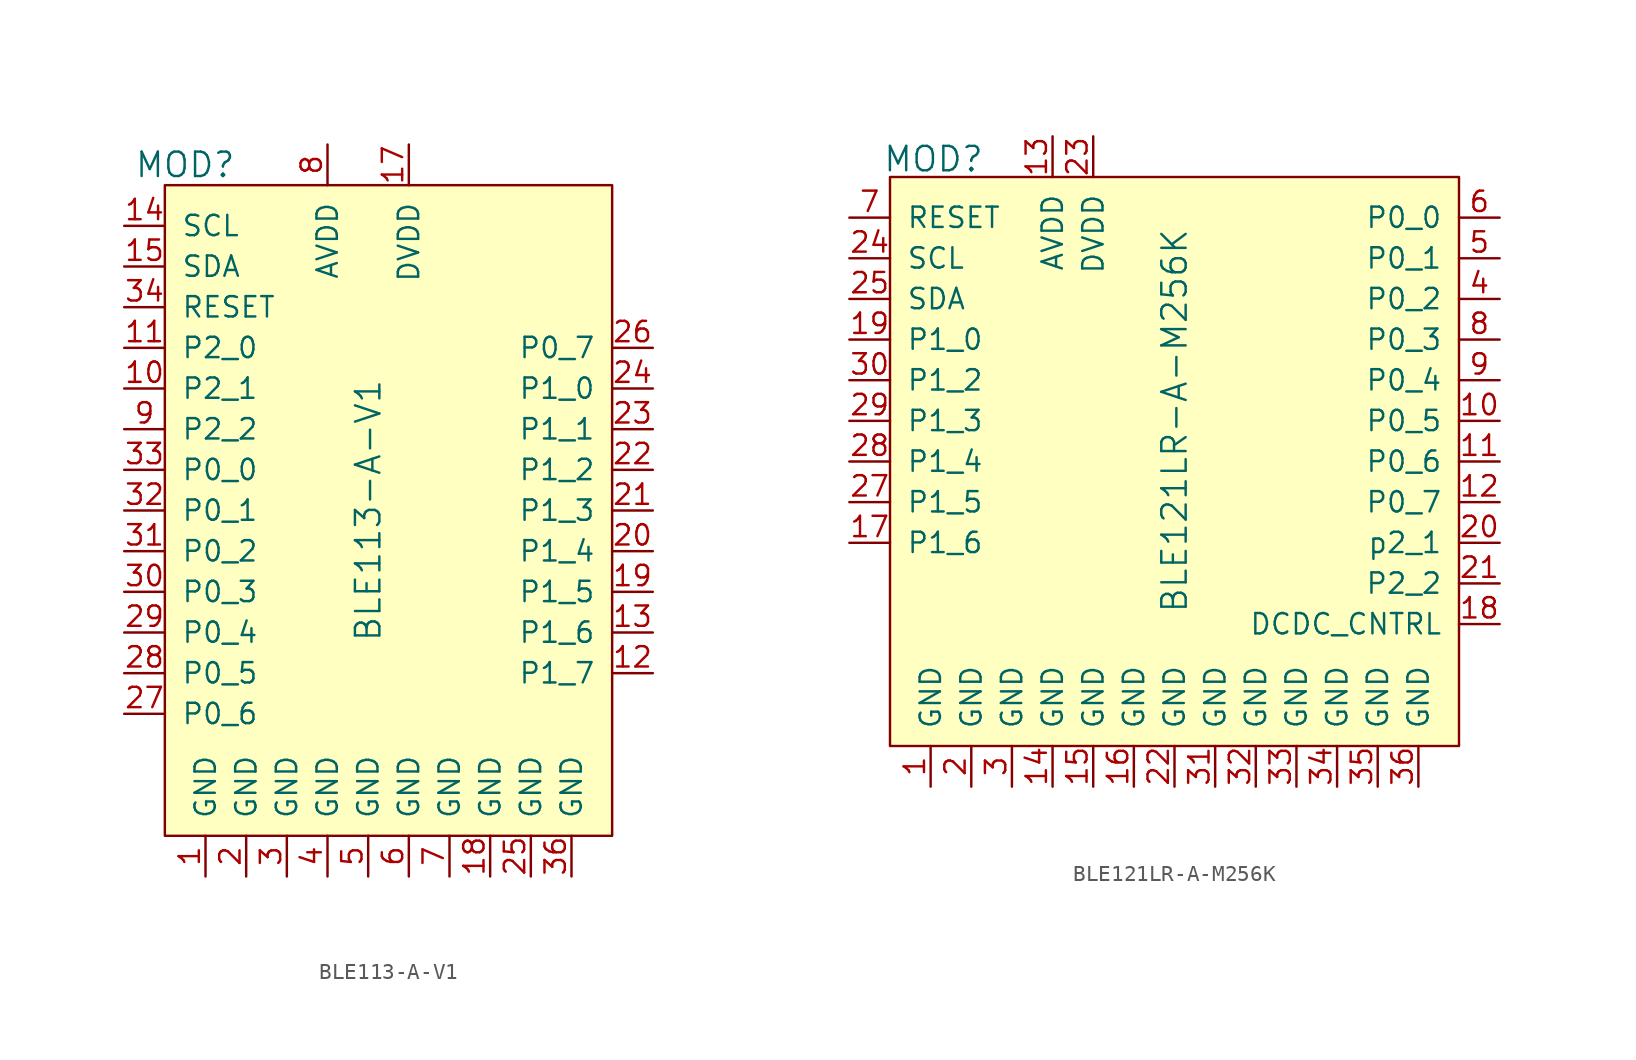
<source format=kicad_sym>
(kicad_symbol_lib
  (version 20211014)
  (generator kicad_symbol_editor)
  (symbol "BLE113-A-V1"
    (pin_names
      (offset 1.016))
    (property "Reference" "MOD"
      (at -11.43 21.59 0)
      (effects (font (size 1.524 1.524))))
    (property "Value" "BLE113-A-V1"
      (at 0 0 90)
      (effects (font (size 1.524 1.524))))
    (symbol "BLE113-A-V1_0_1"
      (rectangle (start -12.7 20.32) (end 15.24 -20.32) (stroke (width 0) (type default) (color 0 0 0 0)) (fill (type background))))
    (symbol "BLE113-A-V1_1_1"
      (pin power_in line (at -10.16 -22.86 90) (length 2.54) (name "GND" (effects (font (size 1.27 1.27)))) (number "1" (effects (font (size 1.27 1.27)))))
      (pin bidirectional line (at -15.24 7.62 0) (length 2.54) (name "P2_1" (effects (font (size 1.27 1.27)))) (number "10" (effects (font (size 1.27 1.27)))))
      (pin bidirectional line (at -15.24 10.16 0) (length 2.54) (name "P2_0" (effects (font (size 1.27 1.27)))) (number "11" (effects (font (size 1.27 1.27)))))
      (pin bidirectional line (at 17.78 -10.16 180) (length 2.54) (name "P1_7" (effects (font (size 1.27 1.27)))) (number "12" (effects (font (size 1.27 1.27)))))
      (pin bidirectional line (at 17.78 -7.62 180) (length 2.54) (name "P1_6" (effects (font (size 1.27 1.27)))) (number "13" (effects (font (size 1.27 1.27)))))
      (pin bidirectional line (at -15.24 17.78 0) (length 2.54) (name "SCL" (effects (font (size 1.27 1.27)))) (number "14" (effects (font (size 1.27 1.27)))))
      (pin bidirectional line (at -15.24 15.24 0) (length 2.54) (name "SDA" (effects (font (size 1.27 1.27)))) (number "15" (effects (font (size 1.27 1.27)))))
      (pin no_connect line (at 15.24 17.78 180) (length 2.54) hide (name "NC" (effects (font (size 1.27 1.27)))) (number "16" (effects (font (size 1.27 1.27)))))
      (pin power_in line (at 2.54 22.86 270) (length 2.54) (name "DVDD" (effects (font (size 1.27 1.27)))) (number "17" (effects (font (size 1.27 1.27)))))
      (pin power_in line (at 7.62 -22.86 90) (length 2.54) (name "GND" (effects (font (size 1.27 1.27)))) (number "18" (effects (font (size 1.27 1.27)))))
      (pin power_in line (at 17.78 -5.08 180) (length 2.54) (name "P1_5" (effects (font (size 1.27 1.27)))) (number "19" (effects (font (size 1.27 1.27)))))
      (pin power_in line (at -7.62 -22.86 90) (length 2.54) (name "GND" (effects (font (size 1.27 1.27)))) (number "2" (effects (font (size 1.27 1.27)))))
      (pin power_in line (at 17.78 -2.54 180) (length 2.54) (name "P1_4" (effects (font (size 1.27 1.27)))) (number "20" (effects (font (size 1.27 1.27)))))
      (pin power_in line (at 17.78 0 180) (length 2.54) (name "P1_3" (effects (font (size 1.27 1.27)))) (number "21" (effects (font (size 1.27 1.27)))))
      (pin power_in line (at 17.78 2.54 180) (length 2.54) (name "P1_2" (effects (font (size 1.27 1.27)))) (number "22" (effects (font (size 1.27 1.27)))))
      (pin power_in line (at 17.78 5.08 180) (length 2.54) (name "P1_1" (effects (font (size 1.27 1.27)))) (number "23" (effects (font (size 1.27 1.27)))))
      (pin power_in line (at 17.78 7.62 180) (length 2.54) (name "P1_0" (effects (font (size 1.27 1.27)))) (number "24" (effects (font (size 1.27 1.27)))))
      (pin power_in line (at 10.16 -22.86 90) (length 2.54) (name "GND" (effects (font (size 1.27 1.27)))) (number "25" (effects (font (size 1.27 1.27)))))
      (pin bidirectional line (at 17.78 10.16 180) (length 2.54) (name "P0_7" (effects (font (size 1.27 1.27)))) (number "26" (effects (font (size 1.27 1.27)))))
      (pin bidirectional line (at -15.24 -12.7 0) (length 2.54) (name "P0_6" (effects (font (size 1.27 1.27)))) (number "27" (effects (font (size 1.27 1.27)))))
      (pin bidirectional line (at -15.24 -10.16 0) (length 2.54) (name "P0_5" (effects (font (size 1.27 1.27)))) (number "28" (effects (font (size 1.27 1.27)))))
      (pin bidirectional line (at -15.24 -7.62 0) (length 2.54) (name "P0_4" (effects (font (size 1.27 1.27)))) (number "29" (effects (font (size 1.27 1.27)))))
      (pin power_in line (at -5.08 -22.86 90) (length 2.54) (name "GND" (effects (font (size 1.27 1.27)))) (number "3" (effects (font (size 1.27 1.27)))))
      (pin bidirectional line (at -15.24 -5.08 0) (length 2.54) (name "P0_3" (effects (font (size 1.27 1.27)))) (number "30" (effects (font (size 1.27 1.27)))))
      (pin bidirectional line (at -15.24 -2.54 0) (length 2.54) (name "P0_2" (effects (font (size 1.27 1.27)))) (number "31" (effects (font (size 1.27 1.27)))))
      (pin bidirectional line (at -15.24 0 0) (length 2.54) (name "P0_1" (effects (font (size 1.27 1.27)))) (number "32" (effects (font (size 1.27 1.27)))))
      (pin bidirectional line (at -15.24 2.54 0) (length 2.54) (name "P0_0" (effects (font (size 1.27 1.27)))) (number "33" (effects (font (size 1.27 1.27)))))
      (pin input line (at -15.24 12.7 0) (length 2.54) (name "RESET" (effects (font (size 1.27 1.27)))) (number "34" (effects (font (size 1.27 1.27)))))
      (pin no_connect line (at 15.24 15.24 180) (length 2.54) hide (name "NC" (effects (font (size 1.27 1.27)))) (number "35" (effects (font (size 1.27 1.27)))))
      (pin power_in line (at 12.7 -22.86 90) (length 2.54) (name "GND" (effects (font (size 1.27 1.27)))) (number "36" (effects (font (size 1.27 1.27)))))
      (pin power_in line (at -2.54 -22.86 90) (length 2.54) (name "GND" (effects (font (size 1.27 1.27)))) (number "4" (effects (font (size 1.27 1.27)))))
      (pin power_in line (at 0 -22.86 90) (length 2.54) (name "GND" (effects (font (size 1.27 1.27)))) (number "5" (effects (font (size 1.27 1.27)))))
      (pin power_in line (at 2.54 -22.86 90) (length 2.54) (name "GND" (effects (font (size 1.27 1.27)))) (number "6" (effects (font (size 1.27 1.27)))))
      (pin power_in line (at 5.08 -22.86 90) (length 2.54) (name "GND" (effects (font (size 1.27 1.27)))) (number "7" (effects (font (size 1.27 1.27)))))
      (pin power_in line (at -2.54 22.86 270) (length 2.54) (name "AVDD" (effects (font (size 1.27 1.27)))) (number "8" (effects (font (size 1.27 1.27)))))
      (pin bidirectional line (at -15.24 5.08 0) (length 2.54) (name "P2_2" (effects (font (size 1.27 1.27)))) (number "9" (effects (font (size 1.27 1.27)))))))
  (symbol "BLE121LR-A-M256K"
    (pin_names
      (offset 1.016))
    (property "Reference" "MOD"
      (at -15.062 16.358 0)
      (effects (font (size 1.524 1.524))))
    (property "Value" "BLE121LR-A-M256K"
      (at 0 0 90)
      (effects (font (size 1.524 1.524))))
    (symbol "BLE121LR-A-M256K_0_1"
      (rectangle (start -17.78 15.24) (end 17.78 -20.32) (stroke (width 0) (type default) (color 0 0 0 0)) (fill (type background))))
    (symbol "BLE121LR-A-M256K_1_1"
      (pin power_in line (at -15.24 -22.86 90) (length 2.54) (name "GND" (effects (font (size 1.27 1.27)))) (number "1" (effects (font (size 1.27 1.27)))))
      (pin bidirectional line (at 20.32 0 180) (length 2.54) (name "P0_5" (effects (font (size 1.27 1.27)))) (number "10" (effects (font (size 1.27 1.27)))))
      (pin bidirectional line (at 20.32 -2.54 180) (length 2.54) (name "P0_6" (effects (font (size 1.27 1.27)))) (number "11" (effects (font (size 1.27 1.27)))))
      (pin bidirectional line (at 20.32 -5.08 180) (length 2.54) (name "P0_7" (effects (font (size 1.27 1.27)))) (number "12" (effects (font (size 1.27 1.27)))))
      (pin power_in line (at -7.62 17.78 270) (length 2.54) (name "AVDD" (effects (font (size 1.27 1.27)))) (number "13" (effects (font (size 1.27 1.27)))))
      (pin power_in line (at -7.62 -22.86 90) (length 2.54) (name "GND" (effects (font (size 1.27 1.27)))) (number "14" (effects (font (size 1.27 1.27)))))
      (pin power_in line (at -5.08 -22.86 90) (length 2.54) (name "GND" (effects (font (size 1.27 1.27)))) (number "15" (effects (font (size 1.27 1.27)))))
      (pin power_in line (at -2.54 -22.86 90) (length 2.54) (name "GND" (effects (font (size 1.27 1.27)))) (number "16" (effects (font (size 1.27 1.27)))))
      (pin bidirectional line (at -20.32 -7.62 0) (length 2.54) (name "P1_6" (effects (font (size 1.27 1.27)))) (number "17" (effects (font (size 1.27 1.27)))))
      (pin bidirectional line (at 20.32 -12.7 180) (length 2.54) (name "DCDC_CNTRL" (effects (font (size 1.27 1.27)))) (number "18" (effects (font (size 1.27 1.27)))))
      (pin bidirectional line (at -20.32 5.08 0) (length 2.54) (name "P1_0" (effects (font (size 1.27 1.27)))) (number "19" (effects (font (size 1.27 1.27)))))
      (pin power_in line (at -12.7 -22.86 90) (length 2.54) (name "GND" (effects (font (size 1.27 1.27)))) (number "2" (effects (font (size 1.27 1.27)))))
      (pin bidirectional line (at 20.32 -7.62 180) (length 2.54) (name "p2_1" (effects (font (size 1.27 1.27)))) (number "20" (effects (font (size 1.27 1.27)))))
      (pin bidirectional line (at 20.32 -10.16 180) (length 2.54) (name "P2_2" (effects (font (size 1.27 1.27)))) (number "21" (effects (font (size 1.27 1.27)))))
      (pin power_in line (at 0 -22.86 90) (length 2.54) (name "GND" (effects (font (size 1.27 1.27)))) (number "22" (effects (font (size 1.27 1.27)))))
      (pin power_in line (at -5.08 17.78 270) (length 2.54) (name "DVDD" (effects (font (size 1.27 1.27)))) (number "23" (effects (font (size 1.27 1.27)))))
      (pin input line (at -20.32 10.16 0) (length 2.54) (name "SCL" (effects (font (size 1.27 1.27)))) (number "24" (effects (font (size 1.27 1.27)))))
      (pin bidirectional line (at -20.32 7.62 0) (length 2.54) (name "SDA" (effects (font (size 1.27 1.27)))) (number "25" (effects (font (size 1.27 1.27)))))
      (pin no_connect line (at -17.78 -12.7 0) (length 2.54) hide (name "NC" (effects (font (size 1.27 1.27)))) (number "26" (effects (font (size 1.27 1.27)))))
      (pin bidirectional line (at -20.32 -5.08 0) (length 2.54) (name "P1_5" (effects (font (size 1.27 1.27)))) (number "27" (effects (font (size 1.27 1.27)))))
      (pin bidirectional line (at -20.32 -2.54 0) (length 2.54) (name "P1_4" (effects (font (size 1.27 1.27)))) (number "28" (effects (font (size 1.27 1.27)))))
      (pin bidirectional line (at -20.32 0 0) (length 2.54) (name "P1_3" (effects (font (size 1.27 1.27)))) (number "29" (effects (font (size 1.27 1.27)))))
      (pin power_in line (at -10.16 -22.86 90) (length 2.54) (name "GND" (effects (font (size 1.27 1.27)))) (number "3" (effects (font (size 1.27 1.27)))))
      (pin bidirectional line (at -20.32 2.54 0) (length 2.54) (name "P1_2" (effects (font (size 1.27 1.27)))) (number "30" (effects (font (size 1.27 1.27)))))
      (pin power_in line (at 2.54 -22.86 90) (length 2.54) (name "GND" (effects (font (size 1.27 1.27)))) (number "31" (effects (font (size 1.27 1.27)))))
      (pin power_in line (at 5.08 -22.86 90) (length 2.54) (name "GND" (effects (font (size 1.27 1.27)))) (number "32" (effects (font (size 1.27 1.27)))))
      (pin power_in line (at 7.62 -22.86 90) (length 2.54) (name "GND" (effects (font (size 1.27 1.27)))) (number "33" (effects (font (size 1.27 1.27)))))
      (pin power_in line (at 10.16 -22.86 90) (length 2.54) (name "GND" (effects (font (size 1.27 1.27)))) (number "34" (effects (font (size 1.27 1.27)))))
      (pin power_in line (at 12.7 -22.86 90) (length 2.54) (name "GND" (effects (font (size 1.27 1.27)))) (number "35" (effects (font (size 1.27 1.27)))))
      (pin power_in line (at 15.24 -22.86 90) (length 2.54) (name "GND" (effects (font (size 1.27 1.27)))) (number "36" (effects (font (size 1.27 1.27)))))
      (pin bidirectional line (at 20.32 7.62 180) (length 2.54) (name "P0_2" (effects (font (size 1.27 1.27)))) (number "4" (effects (font (size 1.27 1.27)))))
      (pin bidirectional line (at 20.32 10.16 180) (length 2.54) (name "P0_1" (effects (font (size 1.27 1.27)))) (number "5" (effects (font (size 1.27 1.27)))))
      (pin bidirectional line (at 20.32 12.7 180) (length 2.54) (name "P0_0" (effects (font (size 1.27 1.27)))) (number "6" (effects (font (size 1.27 1.27)))))
      (pin input line (at -20.32 12.7 0) (length 2.54) (name "RESET" (effects (font (size 1.27 1.27)))) (number "7" (effects (font (size 1.27 1.27)))))
      (pin bidirectional line (at 20.32 5.08 180) (length 2.54) (name "P0_3" (effects (font (size 1.27 1.27)))) (number "8" (effects (font (size 1.27 1.27)))))
      (pin bidirectional line (at 20.32 2.54 180) (length 2.54) (name "P0_4" (effects (font (size 1.27 1.27)))) (number "9" (effects (font (size 1.27 1.27))))))))
</source>
